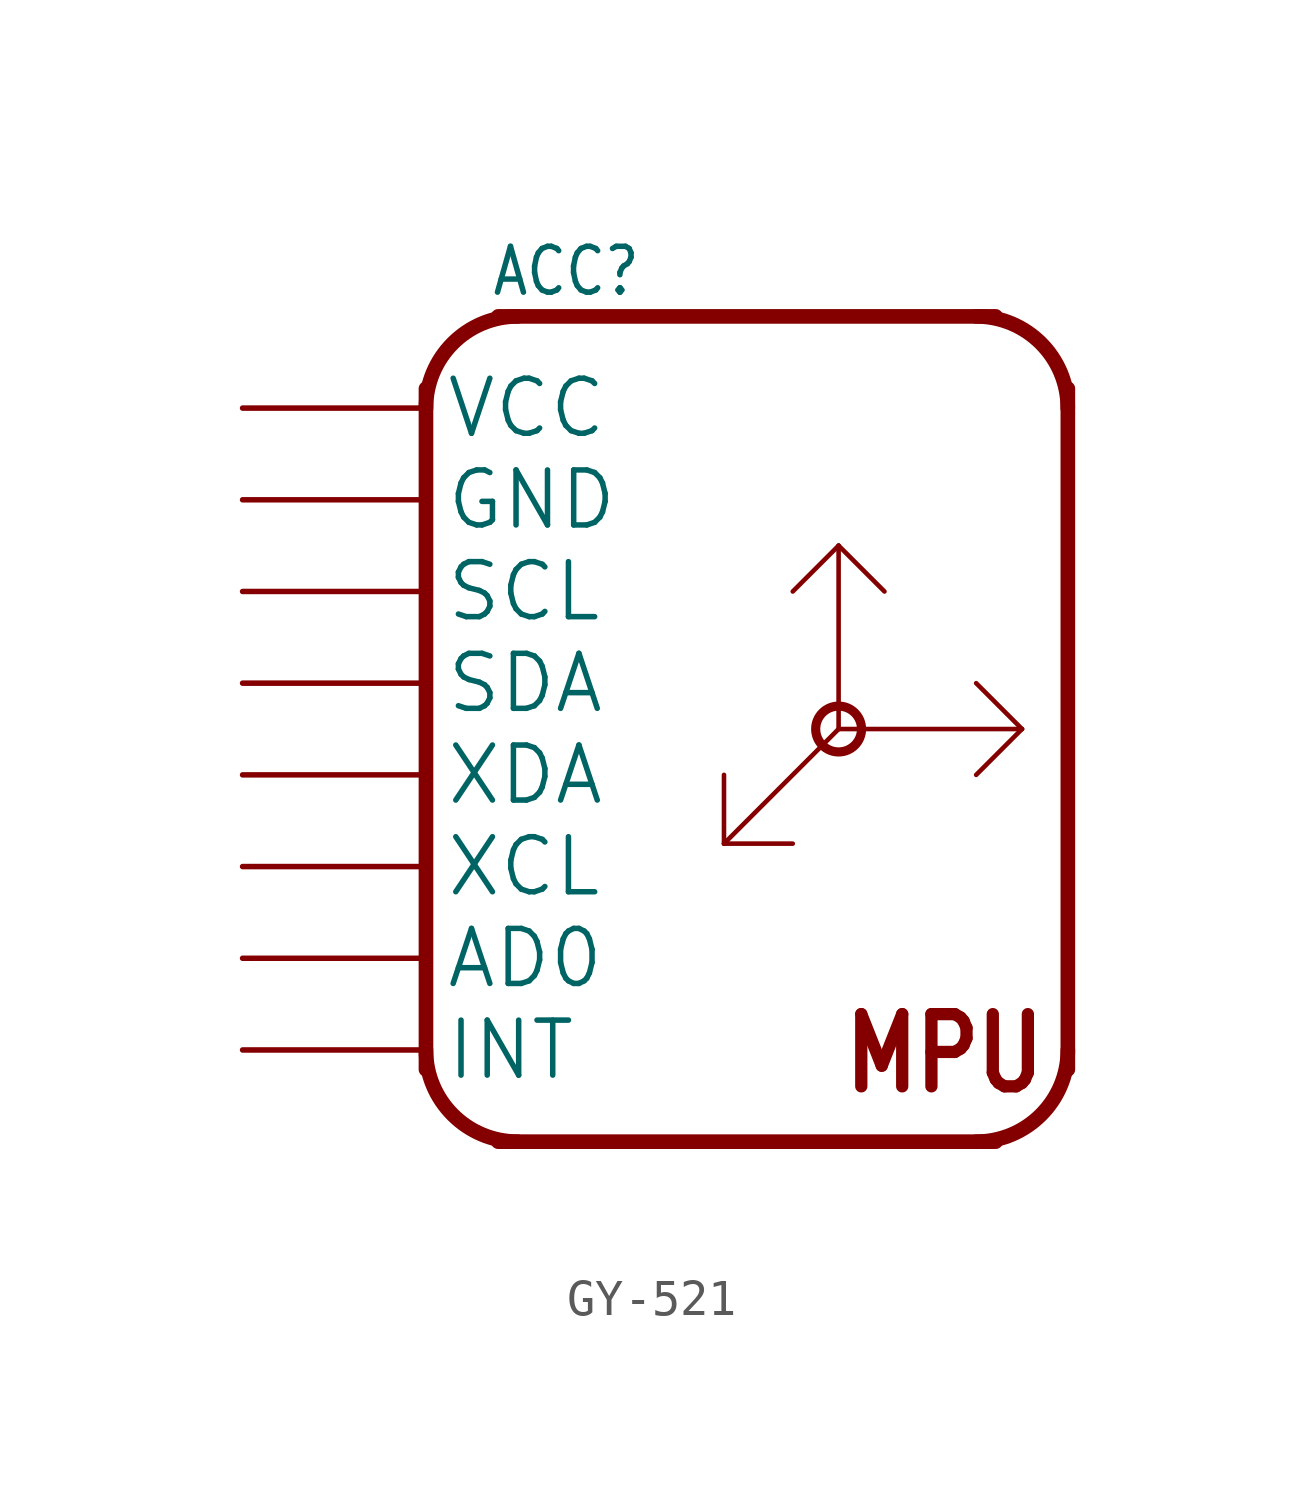
<source format=kicad_sym>
(kicad_symbol_lib
  (version 20241209)
  (generator "kicad_symbol_editor")
  (generator_version "9.0")
  (symbol "GY-521"
    (property "Reference" "ACC"
      (at -7.112 11.938 0)
      (effects (font (size 1.27 1.079)) (justify left bottom)))
    (property "Value" ""
      (at 4.572 -11.938 0)
      (effects (font (size 1.27 1.079)) (justify right top)))
    (property "ki_locked" ""
      (at 0 0 0)
      (effects (font (size 1.27 1.27))))
    (symbol "GY-521_1_0"
      (polyline (pts (xy -8.89 -9.43) (xy -8.89 9.43)) (stroke (width 0.406) (type solid)) (fill (type none)))
      (polyline (pts (xy -6.89 11.43) (xy 6.89 11.43)) (stroke (width 0.406) (type solid)) (fill (type none)))
      (arc (start -8.89 8.89) (mid -8.1461 10.6861) (end -6.35 11.43) (stroke (width 0.4064) (type solid)) (fill (type none)))
      (arc (start -6.35 -11.43) (mid -8.1461 -10.6861) (end -8.89 -8.89) (stroke (width 0.4064) (type solid)) (fill (type none)))
      (polyline (pts (xy -0.635 -3.175) (xy -0.635 -1.27)) (stroke (width 0.127) (type solid)) (fill (type none)))
      (polyline (pts (xy -0.635 -3.175) (xy 1.27 -3.175)) (stroke (width 0.127) (type solid)) (fill (type none)))
      (polyline (pts (xy 2.54 5.08) (xy 1.27 3.81)) (stroke (width 0.127) (type solid)) (fill (type none)))
      (polyline (pts (xy 2.54 0) (xy -0.635 -3.175)) (stroke (width 0.127) (type solid)) (fill (type none)))
      (polyline (pts (xy 2.54 0) (xy 2.54 5.08)) (stroke (width 0.127) (type solid)) (fill (type none)))
      (polyline (pts (xy 2.54 0) (xy 7.62 0)) (stroke (width 0.127) (type solid)) (fill (type none)))
      (circle (center 2.54 0) (radius 0.635) (stroke (width 0.254) (type solid)) (fill (type none)))
      (polyline (pts (xy 3.81 3.81) (xy 2.54 5.08)) (stroke (width 0.127) (type solid)) (fill (type none)))
      (arc (start 6.35 11.43) (mid 8.1461 10.6861) (end 8.89 8.89) (stroke (width 0.4064) (type solid)) (fill (type none)))
      (polyline (pts (xy 6.35 1.27) (xy 7.62 0)) (stroke (width 0.127) (type solid)) (fill (type none)))
      (arc (start 8.89 -8.89) (mid 8.1461 -10.6861) (end 6.35 -11.43) (stroke (width 0.4064) (type solid)) (fill (type none)))
      (polyline (pts (xy 6.89 -11.43) (xy -6.89 -11.43)) (stroke (width 0.406) (type solid)) (fill (type none)))
      (polyline (pts (xy 7.62 0) (xy 6.35 -1.27)) (stroke (width 0.127) (type solid)) (fill (type none)))
      (polyline (pts (xy 8.89 9.43) (xy 8.89 -9.43)) (stroke (width 0.406) (type solid)) (fill (type none)))
      (text "MPU" (at 2.54 -10.16 0) (effects (font (size 2 1.7) (thickness 0.34) (bold yes)) (justify left bottom)))
      (pin power_in line (at -13.97 8.89 0) (length 5.08) (name "VCC" (effects (font (size 1.524 1.524)))) (number "VCC" (effects (font (size 0 0)))))
      (pin power_in line (at -13.97 6.35 0) (length 5.08) (name "GND" (effects (font (size 1.524 1.524)))) (number "GND" (effects (font (size 0 0)))))
      (pin bidirectional line (at -13.97 3.81 0) (length 5.08) (name "SCL" (effects (font (size 1.524 1.524)))) (number "SCL" (effects (font (size 0 0)))))
      (pin bidirectional line (at -13.97 1.27 0) (length 5.08) (name "SDA" (effects (font (size 1.524 1.524)))) (number "SDA" (effects (font (size 0 0)))))
      (pin bidirectional line (at -13.97 -1.27 0) (length 5.08) (name "XDA" (effects (font (size 1.524 1.524)))) (number "XDA" (effects (font (size 0 0)))))
      (pin bidirectional line (at -13.97 -3.81 0) (length 5.08) (name "XCL" (effects (font (size 1.524 1.524)))) (number "XCL" (effects (font (size 0 0)))))
      (pin bidirectional line (at -13.97 -6.35 0) (length 5.08) (name "AD0" (effects (font (size 1.524 1.524)))) (number "AD0" (effects (font (size 0 0)))))
      (pin bidirectional line (at -13.97 -8.89 0) (length 5.08) (name "INT" (effects (font (size 1.524 1.524)))) (number "INT" (effects (font (size 0 0))))))))
</source>
